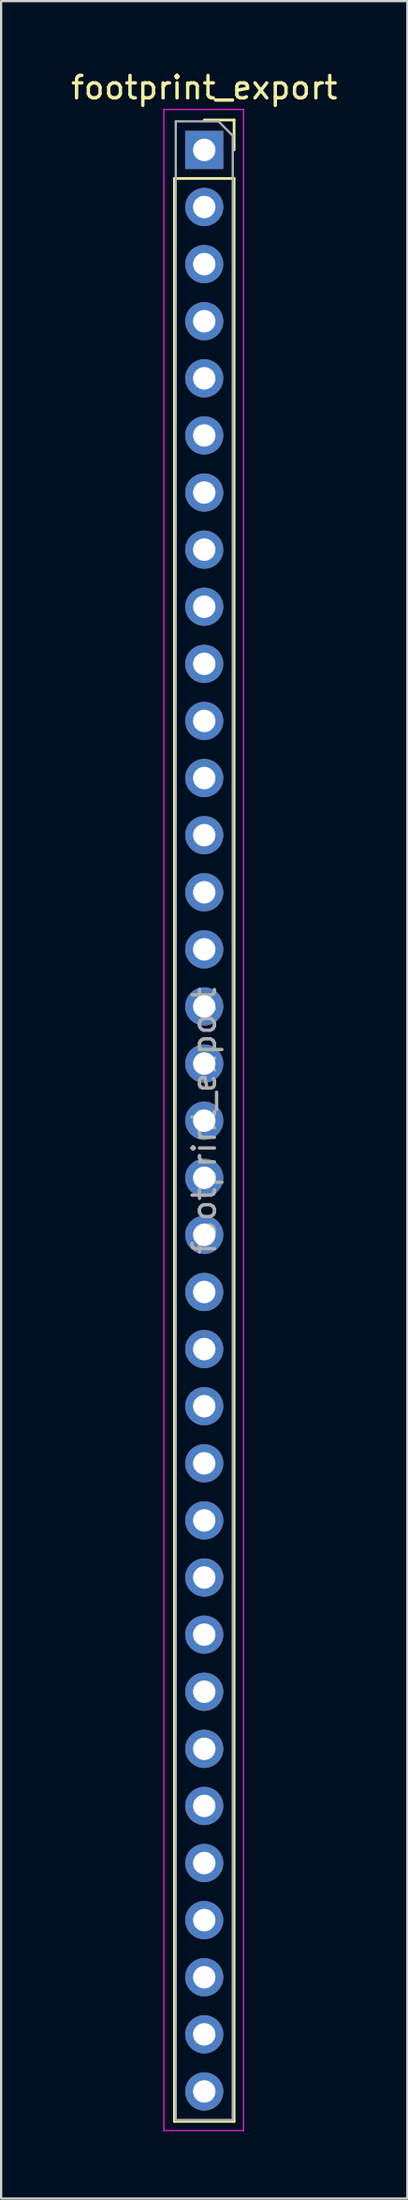
<source format=kicad_pcb>
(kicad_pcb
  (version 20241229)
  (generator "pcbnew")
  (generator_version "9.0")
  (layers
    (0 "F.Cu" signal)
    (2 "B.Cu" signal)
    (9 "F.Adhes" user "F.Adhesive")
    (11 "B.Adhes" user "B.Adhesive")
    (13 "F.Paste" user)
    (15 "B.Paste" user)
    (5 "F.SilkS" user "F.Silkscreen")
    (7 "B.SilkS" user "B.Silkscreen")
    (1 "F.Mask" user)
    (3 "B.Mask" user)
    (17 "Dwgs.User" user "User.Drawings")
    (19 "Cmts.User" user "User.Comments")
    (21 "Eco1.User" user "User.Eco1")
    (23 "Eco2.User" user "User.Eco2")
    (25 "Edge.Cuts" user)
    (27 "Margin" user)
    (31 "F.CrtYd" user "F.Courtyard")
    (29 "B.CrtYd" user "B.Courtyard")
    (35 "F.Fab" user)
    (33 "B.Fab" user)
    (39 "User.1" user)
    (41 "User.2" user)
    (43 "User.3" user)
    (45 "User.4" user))
  (footprint "footprint_export"
    (layer "F.Cu")
    (at 6.054 3.618)
    (property "Reference" "footprint_export" (at 0 -2.77 0) (layer "F.SilkS") (effects (font (size 1 1) (thickness 0.15))))
    (attr through_hole)
    (fp_line (start -1.33 1.27) (end -1.33 87.69) (stroke (width 0.12) (type solid)) (layer "F.SilkS"))
    (fp_line (start -1.33 1.27) (end 1.33 1.27) (stroke (width 0.12) (type solid)) (layer "F.SilkS"))
    (fp_line (start -1.33 87.69) (end 1.33 87.69) (stroke (width 0.12) (type solid)) (layer "F.SilkS"))
    (fp_line (start 0 -1.33) (end 1.33 -1.33) (stroke (width 0.12) (type solid)) (layer "F.SilkS"))
    (fp_line (start 1.33 -1.33) (end 1.33 0) (stroke (width 0.12) (type solid)) (layer "F.SilkS"))
    (fp_line (start 1.33 1.27) (end 1.33 87.69) (stroke (width 0.12) (type solid)) (layer "F.SilkS"))
    (fp_line (start -1.8 -1.8) (end 1.75 -1.8) (stroke (width 0.05) (type solid)) (layer "F.CrtYd"))
    (fp_line (start -1.8 88.1) (end -1.8 -1.8) (stroke (width 0.05) (type solid)) (layer "F.CrtYd"))
    (fp_line (start 1.75 -1.8) (end 1.75 88.1) (stroke (width 0.05) (type solid)) (layer "F.CrtYd"))
    (fp_line (start 1.75 88.1) (end -1.8 88.1) (stroke (width 0.05) (type solid)) (layer "F.CrtYd"))
    (fp_line (start -1.27 -1.27) (end 0.635 -1.27) (stroke (width 0.1) (type solid)) (layer "F.Fab"))
    (fp_line (start -1.27 87.63) (end -1.27 -1.27) (stroke (width 0.1) (type solid)) (layer "F.Fab"))
    (fp_line (start 0.635 -1.27) (end 1.27 -0.635) (stroke (width 0.1) (type solid)) (layer "F.Fab"))
    (fp_line (start 1.27 -0.635) (end 1.27 87.63) (stroke (width 0.1) (type solid)) (layer "F.Fab"))
    (fp_line (start 1.27 87.63) (end -1.27 87.63) (stroke (width 0.1) (type solid)) (layer "F.Fab"))
    (fp_text user "${REFERENCE}" (at 0 43.18 90) (layer "F.Fab") (effects (font (size 1 1) (thickness 0.15))))
    (pad "1" thru_hole rect (at 0 0) (size 1.7 1.7) (drill 1) (layers "*.Cu" "*.Mask"))
    (pad "2" thru_hole oval (at 0 2.54) (size 1.7 1.7) (drill 1) (layers "*.Cu" "*.Mask"))
    (pad "3" thru_hole oval (at 0 5.08) (size 1.7 1.7) (drill 1) (layers "*.Cu" "*.Mask"))
    (pad "4" thru_hole oval (at 0 7.62) (size 1.7 1.7) (drill 1) (layers "*.Cu" "*.Mask"))
    (pad "5" thru_hole oval (at 0 10.16) (size 1.7 1.7) (drill 1) (layers "*.Cu" "*.Mask"))
    (pad "6" thru_hole oval (at 0 12.7) (size 1.7 1.7) (drill 1) (layers "*.Cu" "*.Mask"))
    (pad "7" thru_hole oval (at 0 15.24) (size 1.7 1.7) (drill 1) (layers "*.Cu" "*.Mask"))
    (pad "8" thru_hole oval (at 0 17.78) (size 1.7 1.7) (drill 1) (layers "*.Cu" "*.Mask"))
    (pad "9" thru_hole oval (at 0 20.32) (size 1.7 1.7) (drill 1) (layers "*.Cu" "*.Mask"))
    (pad "10" thru_hole oval (at 0 22.86) (size 1.7 1.7) (drill 1) (layers "*.Cu" "*.Mask"))
    (pad "11" thru_hole oval (at 0 25.4) (size 1.7 1.7) (drill 1) (layers "*.Cu" "*.Mask"))
    (pad "12" thru_hole oval (at 0 27.94) (size 1.7 1.7) (drill 1) (layers "*.Cu" "*.Mask"))
    (pad "13" thru_hole oval (at 0 30.48) (size 1.7 1.7) (drill 1) (layers "*.Cu" "*.Mask"))
    (pad "14" thru_hole oval (at 0 33.02) (size 1.7 1.7) (drill 1) (layers "*.Cu" "*.Mask"))
    (pad "15" thru_hole oval (at 0 35.56) (size 1.7 1.7) (drill 1) (layers "*.Cu" "*.Mask"))
    (pad "16" thru_hole oval (at 0 38.1) (size 1.7 1.7) (drill 1) (layers "*.Cu" "*.Mask"))
    (pad "17" thru_hole oval (at 0 40.64) (size 1.7 1.7) (drill 1) (layers "*.Cu" "*.Mask"))
    (pad "18" thru_hole oval (at 0 43.18) (size 1.7 1.7) (drill 1) (layers "*.Cu" "*.Mask"))
    (pad "19" thru_hole oval (at 0 45.72) (size 1.7 1.7) (drill 1) (layers "*.Cu" "*.Mask"))
    (pad "20" thru_hole oval (at 0 48.26) (size 1.7 1.7) (drill 1) (layers "*.Cu" "*.Mask"))
    (pad "21" thru_hole oval (at 0 50.8) (size 1.7 1.7) (drill 1) (layers "*.Cu" "*.Mask"))
    (pad "22" thru_hole oval (at 0 53.34) (size 1.7 1.7) (drill 1) (layers "*.Cu" "*.Mask"))
    (pad "23" thru_hole oval (at 0 55.88) (size 1.7 1.7) (drill 1) (layers "*.Cu" "*.Mask"))
    (pad "24" thru_hole oval (at 0 58.42) (size 1.7 1.7) (drill 1) (layers "*.Cu" "*.Mask"))
    (pad "25" thru_hole oval (at 0 60.96) (size 1.7 1.7) (drill 1) (layers "*.Cu" "*.Mask"))
    (pad "26" thru_hole oval (at 0 63.5) (size 1.7 1.7) (drill 1) (layers "*.Cu" "*.Mask"))
    (pad "27" thru_hole oval (at 0 66.04) (size 1.7 1.7) (drill 1) (layers "*.Cu" "*.Mask"))
    (pad "28" thru_hole oval (at 0 68.58) (size 1.7 1.7) (drill 1) (layers "*.Cu" "*.Mask"))
    (pad "29" thru_hole oval (at 0 71.12) (size 1.7 1.7) (drill 1) (layers "*.Cu" "*.Mask"))
    (pad "30" thru_hole oval (at 0 73.66) (size 1.7 1.7) (drill 1) (layers "*.Cu" "*.Mask"))
    (pad "31" thru_hole oval (at 0 76.2) (size 1.7 1.7) (drill 1) (layers "*.Cu" "*.Mask"))
    (pad "32" thru_hole oval (at 0 78.74) (size 1.7 1.7) (drill 1) (layers "*.Cu" "*.Mask"))
    (pad "33" thru_hole oval (at 0 81.28) (size 1.7 1.7) (drill 1) (layers "*.Cu" "*.Mask"))
    (pad "34" thru_hole oval (at 0 83.82) (size 1.7 1.7) (drill 1) (layers "*.Cu" "*.Mask"))
    (pad "35" thru_hole oval (at 0 86.36) (size 1.7 1.7) (drill 1) (layers "*.Cu" "*.Mask")))
  (gr_rect
    (start -3 -3)
    (end 15.107 94.743)
    (stroke (width 0.1) (type default))
    (fill no)
    (layer "Edge.Cuts")))
</source>
